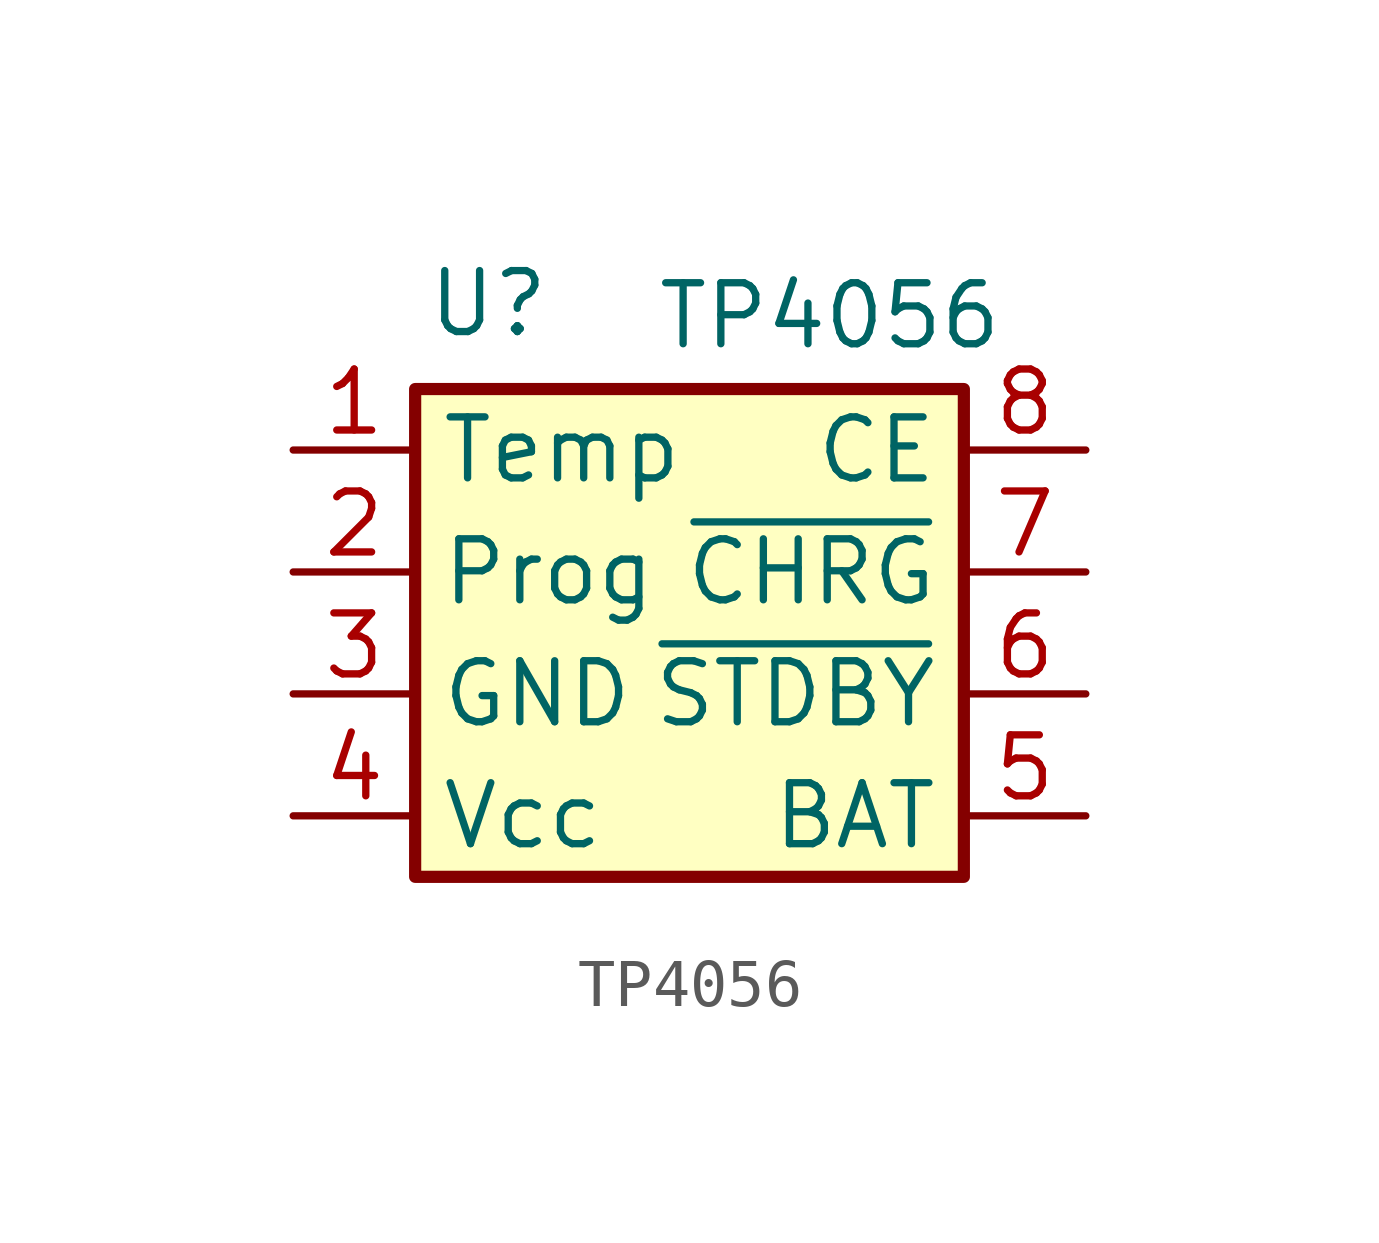
<source format=kicad_sym>
(kicad_symbol_lib
  (version 20231120)
  (generator "kicad_symbol_editor")
  (generator_version "8.0")
  (symbol "TP4056"
    (property "Reference" "U"
      (at -2.286 3.048 0)
      (effects (font (size 1.27 1.27))))
    (property "Value" "TP4056"
      (at 4.826 2.794 0)
      (effects (font (size 1.27 1.27))))
    (symbol "TP4056_1_1"
      (rectangle (start -3.81 1.27) (end 7.62 -8.89) (stroke (width 0.254) (type default)) (fill (type background)))
      (pin input line (at -6.35 0 0) (length 2.54) (name "Temp" (effects (font (size 1.27 1.27)))) (number "1" (effects (font (size 1.27 1.27)))))
      (pin input line (at -6.35 -2.54 0) (length 2.54) (name "Prog" (effects (font (size 1.27 1.27)))) (number "2" (effects (font (size 1.27 1.27)))))
      (pin input line (at -6.35 -5.08 0) (length 2.54) (name "GND" (effects (font (size 1.27 1.27)))) (number "3" (effects (font (size 1.27 1.27)))))
      (pin input line (at -6.35 -7.62 0) (length 2.54) (name "Vcc" (effects (font (size 1.27 1.27)))) (number "4" (effects (font (size 1.27 1.27)))))
      (pin bidirectional line (at 10.16 -7.62 180) (length 2.54) (name "BAT" (effects (font (size 1.27 1.27)))) (number "5" (effects (font (size 1.27 1.27)))))
      (pin output line (at 10.16 -5.08 180) (length 2.54) (name "~{STDBY}" (effects (font (size 1.27 1.27)))) (number "6" (effects (font (size 1.27 1.27)))))
      (pin output line (at 10.16 -2.54 180) (length 2.54) (name "~{CHRG}" (effects (font (size 1.27 1.27)))) (number "7" (effects (font (size 1.27 1.27)))))
      (pin input line (at 10.16 0 180) (length 2.54) (name "CE" (effects (font (size 1.27 1.27)))) (number "8" (effects (font (size 1.27 1.27))))))))
</source>
